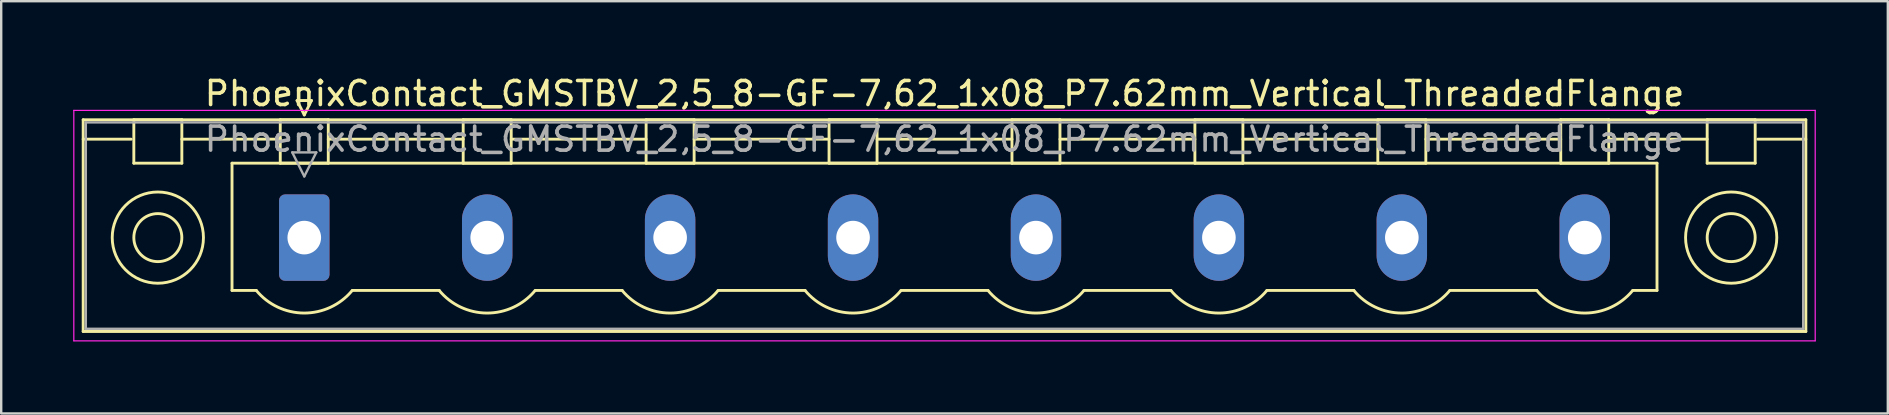
<source format=kicad_pcb>
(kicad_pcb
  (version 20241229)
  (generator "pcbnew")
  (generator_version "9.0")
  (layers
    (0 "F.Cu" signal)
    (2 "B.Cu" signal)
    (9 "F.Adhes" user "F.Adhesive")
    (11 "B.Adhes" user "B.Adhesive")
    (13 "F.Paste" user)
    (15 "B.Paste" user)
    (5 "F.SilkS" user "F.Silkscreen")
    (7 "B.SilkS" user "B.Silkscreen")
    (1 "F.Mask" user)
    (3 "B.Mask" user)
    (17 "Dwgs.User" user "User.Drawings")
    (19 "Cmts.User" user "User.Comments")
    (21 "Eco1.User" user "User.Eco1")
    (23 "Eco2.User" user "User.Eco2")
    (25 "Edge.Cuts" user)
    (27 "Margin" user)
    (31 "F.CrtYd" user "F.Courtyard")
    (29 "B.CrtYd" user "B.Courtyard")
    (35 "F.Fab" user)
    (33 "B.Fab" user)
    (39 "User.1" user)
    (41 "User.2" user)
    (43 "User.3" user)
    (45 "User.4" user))
  (footprint "PhoenixContact_GMSTBV_2,5_8-GF-7,62_1x08_P7.62mm_Vertical_ThreadedFlange"
    (layer "F.Cu")
    (at 9.625 6.848)
    (property "Reference" "PhoenixContact_GMSTBV_2,5_8-GF-7,62_1x08_P7.62mm_Vertical_ThreadedFlange" (at 26.67 -6 0) (layer "F.SilkS") (effects (font (size 1 1) (thickness 0.15))))
    (attr through_hole)
    (fp_line (start -9.21 -4.91) (end -9.21 3.91) (stroke (width 0.12) (type solid)) (layer "F.SilkS"))
    (fp_line (start -9.21 -4.1) (end -7.21 -4.1) (stroke (width 0.12) (type solid)) (layer "F.SilkS"))
    (fp_line (start -9.21 3.91) (end 62.55 3.91) (stroke (width 0.12) (type solid)) (layer "F.SilkS"))
    (fp_line (start -7.1 -4.91) (end -5.1 -4.91) (stroke (width 0.12) (type solid)) (layer "F.SilkS"))
    (fp_line (start -7.1 -3.1) (end -7.1 -4.91) (stroke (width 0.12) (type solid)) (layer "F.SilkS"))
    (fp_line (start -5.1 -4.91) (end -5.1 -3.1) (stroke (width 0.12) (type solid)) (layer "F.SilkS"))
    (fp_line (start -5.1 -4.1) (end -1 -4.1) (stroke (width 0.12) (type solid)) (layer "F.SilkS"))
    (fp_line (start -5.1 -3.1) (end -7.1 -3.1) (stroke (width 0.12) (type solid)) (layer "F.SilkS"))
    (fp_line (start -3.01 -3.1) (end 56.35 -3.1) (stroke (width 0.12) (type solid)) (layer "F.SilkS"))
    (fp_line (start -3.01 2.2) (end -3.01 -3.1) (stroke (width 0.12) (type solid)) (layer "F.SilkS"))
    (fp_line (start -2 2.2) (end -3.01 2.2) (stroke (width 0.12) (type solid)) (layer "F.SilkS"))
    (fp_line (start -1 -4.91) (end 1 -4.91) (stroke (width 0.12) (type solid)) (layer "F.SilkS"))
    (fp_line (start -1 -3.1) (end -1 -4.91) (stroke (width 0.12) (type solid)) (layer "F.SilkS"))
    (fp_line (start -0.3 -5.71) (end 0.3 -5.71) (stroke (width 0.12) (type solid)) (layer "F.SilkS"))
    (fp_line (start 0 -5.11) (end -0.3 -5.71) (stroke (width 0.12) (type solid)) (layer "F.SilkS"))
    (fp_line (start 0.3 -5.71) (end 0 -5.11) (stroke (width 0.12) (type solid)) (layer "F.SilkS"))
    (fp_line (start 1 -4.91) (end 1 -3.1) (stroke (width 0.12) (type solid)) (layer "F.SilkS"))
    (fp_line (start 1 -4.1) (end 6.62 -4.1) (stroke (width 0.12) (type solid)) (layer "F.SilkS"))
    (fp_line (start 1 -3.1) (end -1 -3.1) (stroke (width 0.12) (type solid)) (layer "F.SilkS"))
    (fp_line (start 2 2.2) (end 5.62 2.2) (stroke (width 0.12) (type solid)) (layer "F.SilkS"))
    (fp_line (start 6.62 -4.91) (end 8.62 -4.91) (stroke (width 0.12) (type solid)) (layer "F.SilkS"))
    (fp_line (start 6.62 -3.1) (end 6.62 -4.91) (stroke (width 0.12) (type solid)) (layer "F.SilkS"))
    (fp_line (start 8.62 -4.91) (end 8.62 -3.1) (stroke (width 0.12) (type solid)) (layer "F.SilkS"))
    (fp_line (start 8.62 -4.1) (end 14.24 -4.1) (stroke (width 0.12) (type solid)) (layer "F.SilkS"))
    (fp_line (start 8.62 -3.1) (end 6.62 -3.1) (stroke (width 0.12) (type solid)) (layer "F.SilkS"))
    (fp_line (start 9.62 2.2) (end 13.24 2.2) (stroke (width 0.12) (type solid)) (layer "F.SilkS"))
    (fp_line (start 14.24 -4.91) (end 16.24 -4.91) (stroke (width 0.12) (type solid)) (layer "F.SilkS"))
    (fp_line (start 14.24 -3.1) (end 14.24 -4.91) (stroke (width 0.12) (type solid)) (layer "F.SilkS"))
    (fp_line (start 16.24 -4.91) (end 16.24 -3.1) (stroke (width 0.12) (type solid)) (layer "F.SilkS"))
    (fp_line (start 16.24 -4.1) (end 21.86 -4.1) (stroke (width 0.12) (type solid)) (layer "F.SilkS"))
    (fp_line (start 16.24 -3.1) (end 14.24 -3.1) (stroke (width 0.12) (type solid)) (layer "F.SilkS"))
    (fp_line (start 17.24 2.2) (end 20.86 2.2) (stroke (width 0.12) (type solid)) (layer "F.SilkS"))
    (fp_line (start 21.86 -4.91) (end 23.86 -4.91) (stroke (width 0.12) (type solid)) (layer "F.SilkS"))
    (fp_line (start 21.86 -3.1) (end 21.86 -4.91) (stroke (width 0.12) (type solid)) (layer "F.SilkS"))
    (fp_line (start 23.86 -4.91) (end 23.86 -3.1) (stroke (width 0.12) (type solid)) (layer "F.SilkS"))
    (fp_line (start 23.86 -4.1) (end 29.48 -4.1) (stroke (width 0.12) (type solid)) (layer "F.SilkS"))
    (fp_line (start 23.86 -3.1) (end 21.86 -3.1) (stroke (width 0.12) (type solid)) (layer "F.SilkS"))
    (fp_line (start 24.86 2.2) (end 28.48 2.2) (stroke (width 0.12) (type solid)) (layer "F.SilkS"))
    (fp_line (start 29.48 -4.91) (end 31.48 -4.91) (stroke (width 0.12) (type solid)) (layer "F.SilkS"))
    (fp_line (start 29.48 -3.1) (end 29.48 -4.91) (stroke (width 0.12) (type solid)) (layer "F.SilkS"))
    (fp_line (start 31.48 -4.91) (end 31.48 -3.1) (stroke (width 0.12) (type solid)) (layer "F.SilkS"))
    (fp_line (start 31.48 -4.1) (end 37.1 -4.1) (stroke (width 0.12) (type solid)) (layer "F.SilkS"))
    (fp_line (start 31.48 -3.1) (end 29.48 -3.1) (stroke (width 0.12) (type solid)) (layer "F.SilkS"))
    (fp_line (start 32.48 2.2) (end 36.1 2.2) (stroke (width 0.12) (type solid)) (layer "F.SilkS"))
    (fp_line (start 37.1 -4.91) (end 39.1 -4.91) (stroke (width 0.12) (type solid)) (layer "F.SilkS"))
    (fp_line (start 37.1 -3.1) (end 37.1 -4.91) (stroke (width 0.12) (type solid)) (layer "F.SilkS"))
    (fp_line (start 39.1 -4.91) (end 39.1 -3.1) (stroke (width 0.12) (type solid)) (layer "F.SilkS"))
    (fp_line (start 39.1 -4.1) (end 44.72 -4.1) (stroke (width 0.12) (type solid)) (layer "F.SilkS"))
    (fp_line (start 39.1 -3.1) (end 37.1 -3.1) (stroke (width 0.12) (type solid)) (layer "F.SilkS"))
    (fp_line (start 40.1 2.2) (end 43.72 2.2) (stroke (width 0.12) (type solid)) (layer "F.SilkS"))
    (fp_line (start 44.72 -4.91) (end 46.72 -4.91) (stroke (width 0.12) (type solid)) (layer "F.SilkS"))
    (fp_line (start 44.72 -3.1) (end 44.72 -4.91) (stroke (width 0.12) (type solid)) (layer "F.SilkS"))
    (fp_line (start 46.72 -4.91) (end 46.72 -3.1) (stroke (width 0.12) (type solid)) (layer "F.SilkS"))
    (fp_line (start 46.72 -4.1) (end 52.34 -4.1) (stroke (width 0.12) (type solid)) (layer "F.SilkS"))
    (fp_line (start 46.72 -3.1) (end 44.72 -3.1) (stroke (width 0.12) (type solid)) (layer "F.SilkS"))
    (fp_line (start 47.72 2.2) (end 51.34 2.2) (stroke (width 0.12) (type solid)) (layer "F.SilkS"))
    (fp_line (start 52.34 -4.91) (end 54.34 -4.91) (stroke (width 0.12) (type solid)) (layer "F.SilkS"))
    (fp_line (start 52.34 -3.1) (end 52.34 -4.91) (stroke (width 0.12) (type solid)) (layer "F.SilkS"))
    (fp_line (start 54.34 -4.91) (end 54.34 -3.1) (stroke (width 0.12) (type solid)) (layer "F.SilkS"))
    (fp_line (start 54.34 -4.1) (end 58.44 -4.1) (stroke (width 0.12) (type solid)) (layer "F.SilkS"))
    (fp_line (start 54.34 -3.1) (end 52.34 -3.1) (stroke (width 0.12) (type solid)) (layer "F.SilkS"))
    (fp_line (start 56.35 -3.1) (end 56.35 2.2) (stroke (width 0.12) (type solid)) (layer "F.SilkS"))
    (fp_line (start 56.35 2.2) (end 55.34 2.2) (stroke (width 0.12) (type solid)) (layer "F.SilkS"))
    (fp_line (start 58.44 -4.91) (end 60.44 -4.91) (stroke (width 0.12) (type solid)) (layer "F.SilkS"))
    (fp_line (start 58.44 -3.1) (end 58.44 -4.91) (stroke (width 0.12) (type solid)) (layer "F.SilkS"))
    (fp_line (start 60.44 -4.91) (end 60.44 -3.1) (stroke (width 0.12) (type solid)) (layer "F.SilkS"))
    (fp_line (start 60.44 -3.1) (end 58.44 -3.1) (stroke (width 0.12) (type solid)) (layer "F.SilkS"))
    (fp_line (start 62.55 -4.91) (end -9.21 -4.91) (stroke (width 0.12) (type solid)) (layer "F.SilkS"))
    (fp_line (start 62.55 -4.1) (end 60.55 -4.1) (stroke (width 0.12) (type solid)) (layer "F.SilkS"))
    (fp_line (start 62.55 3.91) (end 62.55 -4.91) (stroke (width 0.12) (type solid)) (layer "F.SilkS"))
    (fp_arc (start 1.986842 2.215821) (mid -0.010289 3.142758) (end -2 2.2) (stroke (width 0.12) (type solid)) (layer "F.SilkS"))
    (fp_arc (start 9.606842 2.215821) (mid 7.609711 3.142758) (end 5.62 2.2) (stroke (width 0.12) (type solid)) (layer "F.SilkS"))
    (fp_arc (start 17.226842 2.215821) (mid 15.229711 3.142758) (end 13.24 2.2) (stroke (width 0.12) (type solid)) (layer "F.SilkS"))
    (fp_arc (start 24.846842 2.215821) (mid 22.849711 3.142758) (end 20.86 2.2) (stroke (width 0.12) (type solid)) (layer "F.SilkS"))
    (fp_arc (start 32.466842 2.215821) (mid 30.469711 3.142758) (end 28.48 2.2) (stroke (width 0.12) (type solid)) (layer "F.SilkS"))
    (fp_arc (start 40.086842 2.215821) (mid 38.089711 3.142758) (end 36.1 2.2) (stroke (width 0.12) (type solid)) (layer "F.SilkS"))
    (fp_arc (start 47.706842 2.215821) (mid 45.709711 3.142758) (end 43.72 2.2) (stroke (width 0.12) (type solid)) (layer "F.SilkS"))
    (fp_arc (start 55.326842 2.215821) (mid 53.329711 3.142758) (end 51.34 2.2) (stroke (width 0.12) (type solid)) (layer "F.SilkS"))
    (fp_circle (center -6.1 0) (end -5.1 0) (stroke (width 0.12) (type solid)) (fill no) (layer "F.SilkS"))
    (fp_circle (center -6.1 0) (end -4.2 0) (stroke (width 0.12) (type solid)) (fill no) (layer "F.SilkS"))
    (fp_circle (center 59.44 0) (end 60.44 0) (stroke (width 0.12) (type solid)) (fill no) (layer "F.SilkS"))
    (fp_circle (center 59.44 0) (end 61.34 0) (stroke (width 0.12) (type solid)) (fill no) (layer "F.SilkS"))
    (fp_line (start -9.6 -5.3) (end -9.6 4.3) (stroke (width 0.05) (type solid)) (layer "F.CrtYd"))
    (fp_line (start -9.6 4.3) (end 62.94 4.3) (stroke (width 0.05) (type solid)) (layer "F.CrtYd"))
    (fp_line (start 62.94 -5.3) (end -9.6 -5.3) (stroke (width 0.05) (type solid)) (layer "F.CrtYd"))
    (fp_line (start 62.94 4.3) (end 62.94 -5.3) (stroke (width 0.05) (type solid)) (layer "F.CrtYd"))
    (fp_line (start -9.1 -4.8) (end -9.1 3.8) (stroke (width 0.1) (type solid)) (layer "F.Fab"))
    (fp_line (start -9.1 3.8) (end 62.44 3.8) (stroke (width 0.1) (type solid)) (layer "F.Fab"))
    (fp_line (start -0.5 -3.55) (end 0.5 -3.55) (stroke (width 0.1) (type solid)) (layer "F.Fab"))
    (fp_line (start 0 -2.55) (end -0.5 -3.55) (stroke (width 0.1) (type solid)) (layer "F.Fab"))
    (fp_line (start 0.5 -3.55) (end 0 -2.55) (stroke (width 0.1) (type solid)) (layer "F.Fab"))
    (fp_line (start 62.44 -4.8) (end -9.1 -4.8) (stroke (width 0.1) (type solid)) (layer "F.Fab"))
    (fp_line (start 62.44 3.8) (end 62.44 -4.8) (stroke (width 0.1) (type solid)) (layer "F.Fab"))
    (fp_text user "${REFERENCE}" (at 26.67 -4.1 0) (layer "F.Fab") (effects (font (size 1 1) (thickness 0.15))))
    (pad "1" thru_hole roundrect (at 0 0) (size 2.1 3.6) (drill 1.4) (layers "*.Cu" "*.Mask") (roundrect_rratio 0.119))
    (pad "2" thru_hole oval (at 7.62 0) (size 2.1 3.6) (drill 1.4) (layers "*.Cu" "*.Mask"))
    (pad "3" thru_hole oval (at 15.24 0) (size 2.1 3.6) (drill 1.4) (layers "*.Cu" "*.Mask"))
    (pad "4" thru_hole oval (at 22.86 0) (size 2.1 3.6) (drill 1.4) (layers "*.Cu" "*.Mask"))
    (pad "5" thru_hole oval (at 30.48 0) (size 2.1 3.6) (drill 1.4) (layers "*.Cu" "*.Mask"))
    (pad "6" thru_hole oval (at 38.1 0) (size 2.1 3.6) (drill 1.4) (layers "*.Cu" "*.Mask"))
    (pad "7" thru_hole oval (at 45.72 0) (size 2.1 3.6) (drill 1.4) (layers "*.Cu" "*.Mask"))
    (pad "8" thru_hole oval (at 53.34 0) (size 2.1 3.6) (drill 1.4) (layers "*.Cu" "*.Mask")))
  (gr_rect
    (start -3 -3)
    (end 75.59 14.173)
    (stroke (width 0.1) (type default))
    (fill no)
    (layer "Edge.Cuts")))
</source>
